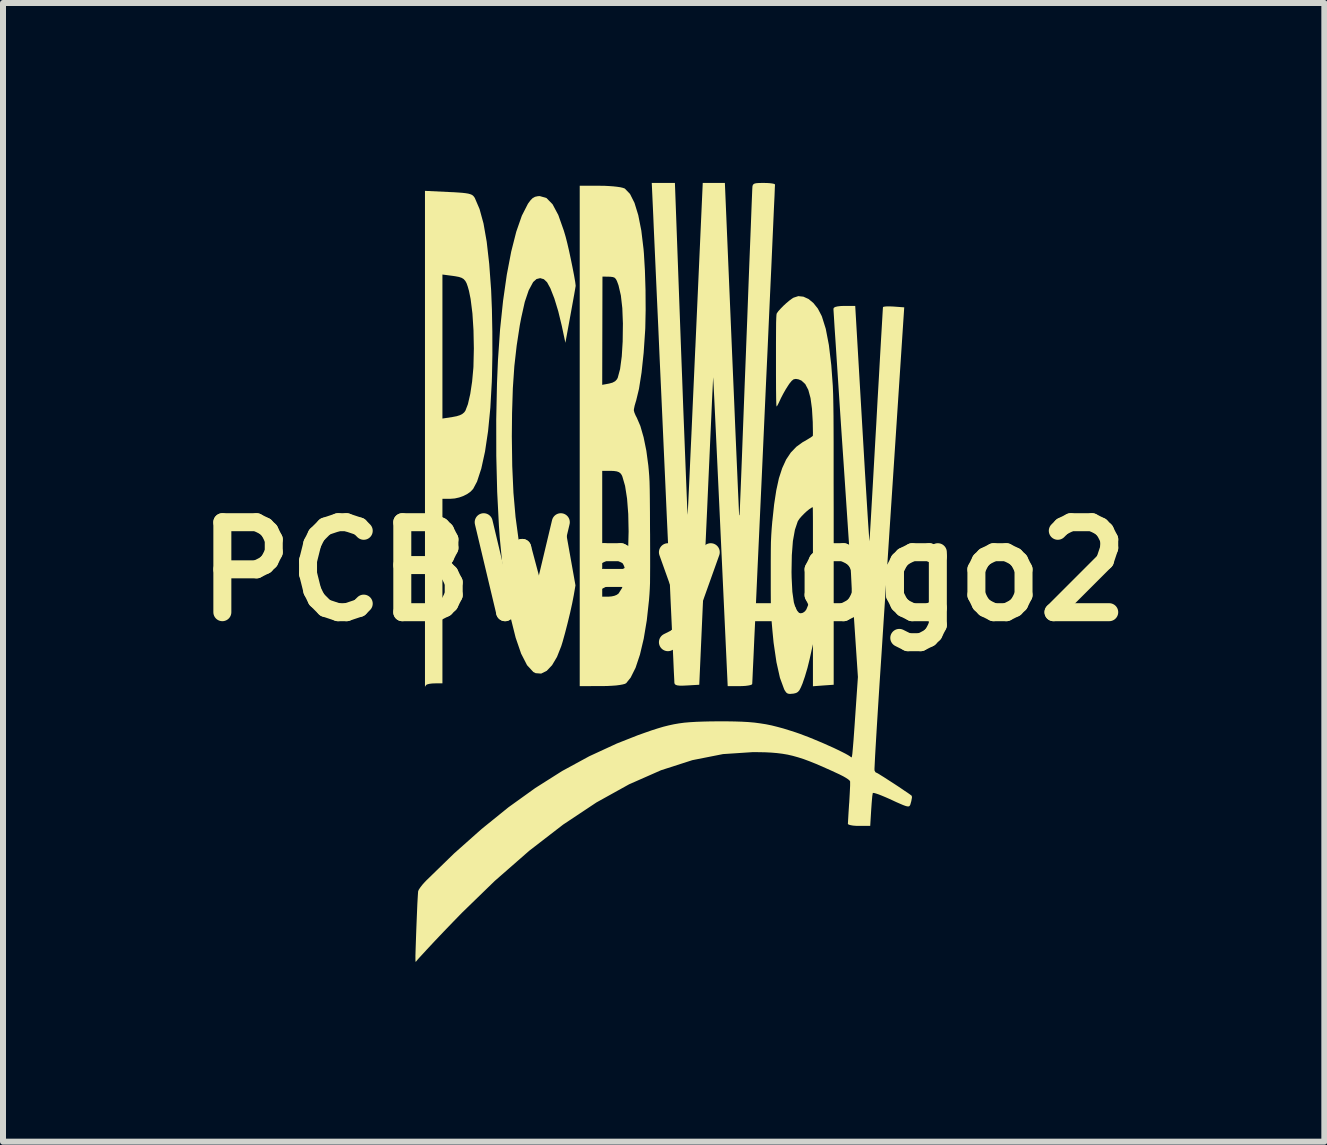
<source format=kicad_pcb>
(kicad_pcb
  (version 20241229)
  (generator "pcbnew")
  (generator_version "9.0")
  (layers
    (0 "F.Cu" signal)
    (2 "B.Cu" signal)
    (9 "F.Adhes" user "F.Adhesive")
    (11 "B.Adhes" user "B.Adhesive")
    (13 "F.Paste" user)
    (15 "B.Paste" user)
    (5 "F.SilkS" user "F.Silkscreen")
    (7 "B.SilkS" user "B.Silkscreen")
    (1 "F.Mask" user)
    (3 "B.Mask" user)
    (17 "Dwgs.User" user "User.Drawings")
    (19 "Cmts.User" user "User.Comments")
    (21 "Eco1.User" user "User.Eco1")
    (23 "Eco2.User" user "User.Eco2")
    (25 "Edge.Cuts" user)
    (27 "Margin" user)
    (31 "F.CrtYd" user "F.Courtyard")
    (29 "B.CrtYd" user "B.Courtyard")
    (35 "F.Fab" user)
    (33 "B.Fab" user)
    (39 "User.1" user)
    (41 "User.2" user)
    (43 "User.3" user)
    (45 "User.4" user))
  (footprint "PCBWayLogo2"
    (layer "F.Cu")
    (at 8.014 6.478)
    (property "Reference" "PCBWayLogo2" (at 0 0 0) (layer "F.SilkS") (effects (font (size 1.5 1.5) (thickness 0.3))))
    (attr board_only exclude_from_pos_files exclude_from_bom)
    (fp_poly (pts (xy -3.586 -6.327) (xy -3.493 -6.323) (xy -3.416 -6.318) (xy -3.352 -6.313) (xy -3.3 -6.307) (xy -3.258 -6.3) (xy -3.225 -6.291) (xy -3.2 -6.281) (xy -3.18 -6.268) (xy -3.165 -6.252) (xy -3.152 -6.234) (xy -3.147 -6.225) (xy -3.069 -6.043) (xy -3.003 -5.802) (xy -2.95 -5.499) (xy -2.908 -5.129) (xy -2.876 -4.693) (xy -2.863 -4.371) (xy -2.856 -3.999) (xy -2.855 -3.615) (xy -2.862 -3.255) (xy -2.865 -3.16) (xy -2.889 -2.73) (xy -2.927 -2.34) (xy -2.978 -1.999) (xy -3.04 -1.716) (xy -3.111 -1.499) (xy -3.176 -1.377) (xy -3.217 -1.333) (xy -3.271 -1.294) (xy -3.335 -1.261) (xy -3.406 -1.235) (xy -3.481 -1.218) (xy -3.557 -1.212) (xy -3.564 -1.212) (xy -3.688 -1.212) (xy -3.688 0.326) (xy -3.688 1.864) (xy -3.815 1.865) (xy -3.861 1.867) (xy -3.902 1.872) (xy -3.935 1.88) (xy -3.956 1.889) (xy -3.961 1.894) (xy -3.979 1.922) (xy -3.979 -2.212) (xy -3.979 -3.75) (xy -3.688 -3.75) (xy -3.688 -2.55) (xy -3.519 -2.576) (xy -3.451 -2.589) (xy -3.397 -2.606) (xy -3.356 -2.627) (xy -3.325 -2.653) (xy -3.305 -2.681) (xy -3.263 -2.79) (xy -3.224 -2.96) (xy -3.193 -3.166) (xy -3.173 -3.384) (xy -3.171 -3.411) (xy -3.164 -3.717) (xy -3.17 -4.022) (xy -3.188 -4.304) (xy -3.218 -4.543) (xy -3.245 -4.677) (xy -3.265 -4.748) (xy -3.284 -4.803) (xy -3.306 -4.844) (xy -3.334 -4.875) (xy -3.368 -4.896) (xy -3.413 -4.911) (xy -3.471 -4.922) (xy -3.511 -4.928) (xy -3.688 -4.951) (xy -3.688 -3.75) (xy -3.979 -3.75) (xy -3.979 -6.346)) (stroke (width 0) (type solid)) (fill yes) (layer "F.SilkS"))
    (fp_poly (pts (xy -1.954 -6.227) (xy -1.852 -6.123) (xy -1.756 -5.943) (xy -1.664 -5.683) (xy -1.633 -5.578) (xy -1.607 -5.476) (xy -1.577 -5.347) (xy -1.547 -5.206) (xy -1.518 -5.064) (xy -1.493 -4.935) (xy -1.475 -4.832) (xy -1.467 -4.769) (xy -1.467 -4.759) (xy -1.474 -4.718) (xy -1.49 -4.625) (xy -1.514 -4.492) (xy -1.543 -4.332) (xy -1.554 -4.272) (xy -1.638 -3.813) (xy -1.699 -4.1) (xy -1.757 -4.339) (xy -1.822 -4.552) (xy -1.889 -4.723) (xy -1.944 -4.823) (xy -1.997 -4.873) (xy -2.058 -4.891) (xy -2.119 -4.876) (xy -2.173 -4.828) (xy -2.177 -4.823) (xy -2.25 -4.687) (xy -2.315 -4.495) (xy -2.374 -4.231) (xy -2.398 -4.106) (xy -2.45 -3.767) (xy -2.489 -3.423) (xy -2.514 -3.055) (xy -2.527 -2.644) (xy -2.531 -2.253) (xy -2.524 -1.757) (xy -2.504 -1.312) (xy -2.469 -0.91) (xy -2.42 -0.544) (xy -2.406 -0.461) (xy -2.341 -0.156) (xy -2.268 0.074) (xy -2.189 0.229) (xy -2.106 0.308) (xy -2.022 0.31) (xy -1.937 0.233) (xy -1.855 0.079) (xy -1.778 -0.156) (xy -1.762 -0.217) (xy -1.731 -0.349) (xy -1.699 -0.497) (xy -1.684 -0.578) (xy -1.648 -0.767) (xy -1.559 -0.268) (xy -1.47 0.231) (xy -1.499 0.399) (xy -1.524 0.528) (xy -1.559 0.687) (xy -1.601 0.86) (xy -1.644 1.027) (xy -1.685 1.174) (xy -1.707 1.245) (xy -1.778 1.424) (xy -1.86 1.562) (xy -1.949 1.656) (xy -2.042 1.702) (xy -2.134 1.695) (xy -2.173 1.675) (xy -2.277 1.562) (xy -2.376 1.369) (xy -2.467 1.104) (xy -2.55 0.772) (xy -2.623 0.38) (xy -2.684 -0.066) (xy -2.732 -0.56) (xy -2.746 -0.76) (xy -2.775 -1.326) (xy -2.79 -1.925) (xy -2.791 -2.536) (xy -2.778 -3.142) (xy -2.762 -3.526) (xy -2.727 -4.035) (xy -2.677 -4.512) (xy -2.615 -4.947) (xy -2.541 -5.334) (xy -2.457 -5.665) (xy -2.364 -5.932) (xy -2.264 -6.128) (xy -2.257 -6.139) (xy -2.217 -6.192) (xy -2.182 -6.227) (xy -2.144 -6.247) (xy -2.098 -6.257) (xy -2.065 -6.259)) (stroke (width 0) (type solid)) (fill yes) (layer "F.SilkS"))
    (fp_poly (pts (xy -1.059 -6.431) (xy -0.982 -6.43) (xy -0.908 -6.426) (xy -0.838 -6.421) (xy -0.775 -6.414) (xy -0.721 -6.406) (xy -0.679 -6.396) (xy -0.651 -6.386) (xy -0.647 -6.384) (xy -0.561 -6.295) (xy -0.486 -6.146) (xy -0.423 -5.941) (xy -0.372 -5.683) (xy -0.335 -5.374) (xy -0.329 -5.303) (xy -0.312 -5.016) (xy -0.302 -4.689) (xy -0.3 -4.357) (xy -0.306 -4.06) (xy -0.308 -4.019) (xy -0.333 -3.648) (xy -0.368 -3.318) (xy -0.411 -3.045) (xy -0.459 -2.846) (xy -0.462 -2.838) (xy -0.483 -2.767) (xy -0.495 -2.708) (xy -0.497 -2.686) (xy -0.488 -2.651) (xy -0.468 -2.603) (xy -0.447 -2.563) (xy -0.388 -2.426) (xy -0.334 -2.238) (xy -0.288 -2.012) (xy -0.255 -1.764) (xy -0.247 -1.678) (xy -0.24 -1.59) (xy -0.235 -1.494) (xy -0.232 -1.372) (xy -0.23 -1.208) (xy -0.228 -0.986) (xy -0.227 -0.691) (xy -0.226 -0.62) (xy -0.225 -0.317) (xy -0.225 -0.091) (xy -0.226 0.074) (xy -0.227 0.196) (xy -0.231 0.291) (xy -0.236 0.375) (xy -0.243 0.465) (xy -0.244 0.476) (xy -0.281 0.815) (xy -0.332 1.12) (xy -0.395 1.386) (xy -0.468 1.605) (xy -0.55 1.769) (xy -0.624 1.861) (xy -0.646 1.873) (xy -0.683 1.883) (xy -0.733 1.892) (xy -0.794 1.9) (xy -0.866 1.905) (xy -0.946 1.909) (xy -1.033 1.91) (xy -1.039 1.91) (xy -1.399 1.911) (xy -1.399 -0.629) (xy -1.024 -0.629) (xy -1.024 0.419) (xy -0.913 0.419) (xy -0.867 0.415) (xy -0.821 0.405) (xy -0.782 0.389) (xy -0.754 0.369) (xy -0.753 0.369) (xy -0.694 0.276) (xy -0.648 0.133) (xy -0.615 -0.063) (xy -0.594 -0.317) (xy -0.592 -0.35) (xy -0.584 -0.666) (xy -0.59 -0.959) (xy -0.61 -1.217) (xy -0.643 -1.428) (xy -0.687 -1.58) (xy -0.698 -1.606) (xy -0.718 -1.635) (xy -0.745 -1.656) (xy -0.781 -1.669) (xy -0.829 -1.676) (xy -0.879 -1.678) (xy -1.024 -1.678) (xy -1.024 -0.629) (xy -1.399 -0.629) (xy -1.399 -2.26) (xy -1.399 -3.112) (xy -1.024 -3.112) (xy -0.91 -3.133) (xy -0.852 -3.149) (xy -0.809 -3.172) (xy -0.779 -3.204) (xy -0.765 -3.23) (xy -0.726 -3.376) (xy -0.698 -3.588) (xy -0.683 -3.833) (xy -0.679 -4.135) (xy -0.689 -4.391) (xy -0.713 -4.602) (xy -0.752 -4.77) (xy -0.762 -4.798) (xy -0.78 -4.846) (xy -0.798 -4.878) (xy -0.819 -4.899) (xy -0.847 -4.909) (xy -0.886 -4.914) (xy -0.911 -4.915) (xy -1.02 -4.917) (xy -1.022 -4.014) (xy -1.024 -3.112) (xy -1.399 -3.112) (xy -1.399 -6.432)) (stroke (width 0) (type solid)) (fill yes) (layer "F.SilkS"))
    (fp_poly (pts (xy 2.33 -4.582) (xy 2.416 -4.543) (xy 2.497 -4.476) (xy 2.571 -4.383) (xy 2.632 -4.266) (xy 2.639 -4.25) (xy 2.703 -4.046) (xy 2.755 -3.775) (xy 2.795 -3.441) (xy 2.82 -3.099) (xy 2.823 -3.029) (xy 2.826 -2.952) (xy 2.828 -2.858) (xy 2.83 -2.74) (xy 2.832 -2.588) (xy 2.833 -2.395) (xy 2.834 -2.151) (xy 2.834 -1.849) (xy 2.834 -1.48) (xy 2.835 -1.036) (xy 2.835 -0.507) (xy 2.835 -0.466) (xy 2.835 1.888) (xy 2.662 1.9) (xy 2.489 1.913) (xy 2.489 1.562) (xy 2.489 1.212) (xy 2.434 1.461) (xy 2.398 1.607) (xy 2.355 1.752) (xy 2.316 1.865) (xy 2.316 1.866) (xy 2.287 1.934) (xy 2.263 1.98) (xy 2.238 2.008) (xy 2.209 2.025) (xy 2.17 2.035) (xy 2.152 2.037) (xy 2.105 2.041) (xy 2.071 2.036) (xy 2.044 2.018) (xy 2.022 1.987) (xy 2.009 1.963) (xy 1.939 1.772) (xy 1.881 1.513) (xy 1.833 1.186) (xy 1.813 0.98) (xy 1.802 0.852) (xy 1.794 0.746) (xy 1.789 0.638) (xy 1.787 0.506) (xy 1.786 0.327) (xy 1.786 0.079) (xy 1.786 0.071) (xy 1.786 0.008) (xy 2.132 0.008) (xy 2.134 0.104) (xy 2.146 0.339) (xy 2.171 0.515) (xy 2.207 0.631) (xy 2.257 0.689) (xy 2.286 0.697) (xy 2.322 0.688) (xy 2.357 0.663) (xy 2.38 0.631) (xy 2.408 0.562) (xy 2.439 0.465) (xy 2.452 0.419) (xy 2.489 0.275) (xy 2.489 -0.398) (xy 2.489 -0.637) (xy 2.489 -0.838) (xy 2.488 -0.986) (xy 2.487 -1.064) (xy 2.487 -1.072) (xy 2.463 -1.063) (xy 2.428 -1.039) (xy 2.386 -1.005) (xy 2.342 -0.964) (xy 2.3 -0.921) (xy 2.264 -0.879) (xy 2.24 -0.843) (xy 2.236 -0.836) (xy 2.189 -0.697) (xy 2.155 -0.508) (xy 2.137 -0.272) (xy 2.132 0.008) (xy 1.786 0.008) (xy 1.786 -0.18) (xy 1.787 -0.361) (xy 1.789 -0.494) (xy 1.794 -0.603) (xy 1.801 -0.711) (xy 1.812 -0.841) (xy 1.813 -0.846) (xy 1.842 -1.119) (xy 1.878 -1.354) (xy 1.922 -1.555) (xy 1.977 -1.724) (xy 2.042 -1.866) (xy 2.12 -1.983) (xy 2.212 -2.079) (xy 2.318 -2.156) (xy 2.344 -2.17) (xy 2.39 -2.197) (xy 2.431 -2.222) (xy 2.462 -2.242) (xy 2.482 -2.257) (xy 2.488 -2.264) (xy 2.489 -2.315) (xy 2.487 -2.426) (xy 2.486 -2.491) (xy 2.473 -2.713) (xy 2.449 -2.891) (xy 2.412 -3.028) (xy 2.361 -3.125) (xy 2.296 -3.184) (xy 2.247 -3.204) (xy 2.203 -3.211) (xy 2.167 -3.204) (xy 2.134 -3.178) (xy 2.096 -3.131) (xy 2.078 -3.104) (xy 2.036 -3.038) (xy 1.993 -2.962) (xy 1.956 -2.891) (xy 1.945 -2.867) (xy 1.917 -2.807) (xy 1.895 -2.765) (xy 1.883 -2.75) (xy 1.879 -2.78) (xy 1.876 -2.875) (xy 1.874 -3.043) (xy 1.873 -3.291) (xy 1.873 -3.516) (xy 1.873 -3.801) (xy 1.874 -4.007) (xy 1.875 -4.147) (xy 1.878 -4.233) (xy 1.881 -4.281) (xy 1.886 -4.303) (xy 1.888 -4.306) (xy 1.913 -4.341) (xy 1.951 -4.383) (xy 1.997 -4.43) (xy 2.046 -4.475) (xy 2.096 -4.517) (xy 2.141 -4.55) (xy 2.165 -4.565) (xy 2.245 -4.591)) (stroke (width 0) (type solid)) (fill yes) (layer "F.SilkS"))
    (fp_poly (pts (xy 0.291 -3.682) (xy 0.31 -3.188) (xy 0.327 -2.724) (xy 0.344 -2.297) (xy 0.359 -1.915) (xy 0.372 -1.585) (xy 0.383 -1.316) (xy 0.391 -1.114) (xy 0.397 -0.987) (xy 0.4 -0.944) (xy 0.4 -0.944) (xy 0.403 -0.999) (xy 0.41 -1.136) (xy 0.42 -1.347) (xy 0.433 -1.625) (xy 0.448 -1.961) (xy 0.466 -2.347) (xy 0.485 -2.776) (xy 0.506 -3.24) (xy 0.528 -3.729) (xy 0.529 -3.74) (xy 0.652 -6.478) (xy 0.836 -6.478) (xy 1.021 -6.478) (xy 1.136 -3.763) (xy 1.157 -3.273) (xy 1.177 -2.808) (xy 1.195 -2.377) (xy 1.212 -1.988) (xy 1.227 -1.648) (xy 1.239 -1.367) (xy 1.249 -1.152) (xy 1.255 -1.012) (xy 1.258 -0.955) (xy 1.259 -0.931) (xy 1.26 -0.908) (xy 1.261 -0.894) (xy 1.262 -0.895) (xy 1.264 -0.917) (xy 1.267 -0.966) (xy 1.271 -1.049) (xy 1.276 -1.172) (xy 1.283 -1.342) (xy 1.292 -1.565) (xy 1.303 -1.847) (xy 1.316 -2.195) (xy 1.332 -2.614) (xy 1.351 -3.112) (xy 1.374 -3.695) (xy 1.374 -3.705) (xy 1.393 -4.186) (xy 1.41 -4.642) (xy 1.426 -5.063) (xy 1.441 -5.441) (xy 1.454 -5.768) (xy 1.464 -6.036) (xy 1.472 -6.236) (xy 1.477 -6.359) (xy 1.479 -6.397) (xy 1.481 -6.423) (xy 1.487 -6.443) (xy 1.499 -6.458) (xy 1.518 -6.468) (xy 1.546 -6.474) (xy 1.587 -6.477) (xy 1.64 -6.478) (xy 1.67 -6.478) (xy 1.724 -6.477) (xy 1.771 -6.474) (xy 1.81 -6.469) (xy 1.839 -6.463) (xy 1.854 -6.455) (xy 1.857 -6.451) (xy 1.854 -6.401) (xy 1.849 -6.269) (xy 1.839 -6.061) (xy 1.827 -5.787) (xy 1.812 -5.453) (xy 1.795 -5.068) (xy 1.775 -4.64) (xy 1.754 -4.175) (xy 1.732 -3.681) (xy 1.708 -3.167) (xy 1.684 -2.641) (xy 1.66 -2.109) (xy 1.636 -1.58) (xy 1.612 -1.061) (xy 1.589 -0.56) (xy 1.567 -0.085) (xy 1.547 0.357) (xy 1.529 0.757) (xy 1.512 1.108) (xy 1.499 1.403) (xy 1.488 1.633) (xy 1.481 1.791) (xy 1.477 1.869) (xy 1.476 1.876) (xy 1.467 1.886) (xy 1.444 1.894) (xy 1.409 1.901) (xy 1.364 1.907) (xy 1.311 1.91) (xy 1.27 1.911) (xy 1.068 1.911) (xy 0.948 -0.672) (xy 0.926 -1.145) (xy 0.905 -1.589) (xy 0.886 -1.997) (xy 0.869 -2.36) (xy 0.854 -2.672) (xy 0.842 -2.923) (xy 0.833 -3.105) (xy 0.827 -3.212) (xy 0.825 -3.238) (xy 0.823 -3.191) (xy 0.817 -3.061) (xy 0.807 -2.858) (xy 0.795 -2.588) (xy 0.78 -2.261) (xy 0.763 -1.883) (xy 0.744 -1.464) (xy 0.724 -1.012) (xy 0.708 -0.667) (xy 0.594 1.888) (xy 0.388 1.9) (xy 0.322 1.903) (xy 0.27 1.903) (xy 0.231 1.899) (xy 0.204 1.891) (xy 0.188 1.879) (xy 0.18 1.862) (xy 0.179 1.853) (xy 0.177 1.802) (xy 0.17 1.668) (xy 0.161 1.459) (xy 0.148 1.183) (xy 0.133 0.848) (xy 0.115 0.461) (xy 0.096 0.03) (xy 0.075 -0.437) (xy 0.052 -0.932) (xy 0.029 -1.448) (xy 0.005 -1.977) (xy -0.019 -2.511) (xy -0.043 -3.042) (xy -0.067 -3.562) (xy -0.089 -4.065) (xy -0.111 -4.542) (xy -0.131 -4.985) (xy -0.149 -5.386) (xy -0.165 -5.739) (xy -0.173 -5.931) (xy -0.198 -6.478) (xy -0.005 -6.478) (xy 0.188 -6.478)) (stroke (width 0) (type solid)) (fill yes) (layer "F.SilkS"))
    (fp_poly (pts (xy 3.31 -2.45) (xy 3.334 -2.042) (xy 3.356 -1.664) (xy 3.377 -1.324) (xy 3.395 -1.032) (xy 3.41 -0.795) (xy 3.422 -0.623) (xy 3.429 -0.525) (xy 3.431 -0.504) (xy 3.435 -0.554) (xy 3.443 -0.683) (xy 3.455 -0.884) (xy 3.47 -1.145) (xy 3.488 -1.458) (xy 3.508 -1.814) (xy 3.53 -2.203) (xy 3.545 -2.46) (xy 3.567 -2.865) (xy 3.589 -3.242) (xy 3.608 -3.582) (xy 3.625 -3.876) (xy 3.639 -4.114) (xy 3.649 -4.287) (xy 3.655 -4.387) (xy 3.657 -4.407) (xy 3.666 -4.413) (xy 3.689 -4.417) (xy 3.724 -4.42) (xy 3.768 -4.42) (xy 3.819 -4.418) (xy 3.836 -4.417) (xy 4.011 -4.404) (xy 3.758 -0.561) (xy 3.711 0.164) (xy 3.669 0.805) (xy 3.633 1.366) (xy 3.601 1.848) (xy 3.575 2.256) (xy 3.554 2.593) (xy 3.538 2.862) (xy 3.526 3.066) (xy 3.519 3.208) (xy 3.515 3.291) (xy 3.516 3.318) (xy 3.531 3.346) (xy 3.548 3.355) (xy 3.56 3.36) (xy 3.586 3.375) (xy 3.624 3.399) (xy 3.671 3.428) (xy 3.725 3.463) (xy 3.784 3.501) (xy 3.846 3.541) (xy 3.907 3.581) (xy 3.965 3.62) (xy 4.019 3.657) (xy 4.066 3.688) (xy 4.103 3.714) (xy 4.128 3.733) (xy 4.137 3.741) (xy 4.14 3.768) (xy 4.129 3.828) (xy 4.125 3.842) (xy 4.118 3.867) (xy 4.112 3.888) (xy 4.104 3.903) (xy 4.094 3.913) (xy 4.079 3.917) (xy 4.058 3.915) (xy 4.029 3.907) (xy 3.991 3.893) (xy 3.942 3.872) (xy 3.88 3.845) (xy 3.805 3.81) (xy 3.766 3.792) (xy 3.7 3.763) (xy 3.64 3.738) (xy 3.587 3.717) (xy 3.543 3.702) (xy 3.51 3.693) (xy 3.491 3.691) (xy 3.487 3.693) (xy 3.478 3.747) (xy 3.468 3.863) (xy 3.46 3.979) (xy 3.444 4.241) (xy 3.258 4.241) (xy 3.204 4.24) (xy 3.157 4.236) (xy 3.118 4.229) (xy 3.089 4.221) (xy 3.074 4.212) (xy 3.072 4.207) (xy 3.075 4.15) (xy 3.082 4.03) (xy 3.092 3.873) (xy 3.094 3.854) (xy 3.103 3.694) (xy 3.109 3.568) (xy 3.109 3.501) (xy 3.108 3.498) (xy 3.098 3.483) (xy 3.074 3.463) (xy 3.039 3.44) (xy 2.994 3.414) (xy 2.944 3.389) (xy 2.935 3.384) (xy 2.79 3.317) (xy 2.66 3.259) (xy 2.542 3.208) (xy 2.435 3.165) (xy 2.336 3.128) (xy 2.242 3.098) (xy 2.153 3.073) (xy 2.066 3.053) (xy 1.978 3.038) (xy 1.888 3.027) (xy 1.793 3.019) (xy 1.692 3.014) (xy 1.582 3.012) (xy 1.49 3.011) (xy 0.99 3.044) (xy 0.479 3.145) (xy -0.043 3.313) (xy -0.576 3.548) (xy -1.12 3.85) (xy -1.675 4.219) (xy -2.24 4.655) (xy -2.815 5.158) (xy -3.363 5.69) (xy -3.431 5.76) (xy -3.504 5.835) (xy -3.581 5.915) (xy -3.659 5.996) (xy -3.737 6.078) (xy -3.813 6.158) (xy -3.885 6.235) (xy -3.951 6.306) (xy -4.009 6.369) (xy -4.059 6.423) (xy -4.097 6.465) (xy -4.121 6.494) (xy -4.13 6.506) (xy -4.136 6.506) (xy -4.138 6.476) (xy -4.138 6.401) (xy -4.134 6.269) (xy -4.127 6.065) (xy -4.123 5.955) (xy -4.114 5.732) (xy -4.106 5.541) (xy -4.098 5.401) (xy -4.093 5.332) (xy -4.093 5.331) (xy -4.082 5.305) (xy -4.057 5.267) (xy -4.023 5.223) (xy -3.981 5.176) (xy -3.959 5.153) (xy -3.492 4.699) (xy -3.035 4.293) (xy -2.586 3.93) (xy -2.139 3.609) (xy -1.692 3.326) (xy -1.24 3.08) (xy -0.781 2.868) (xy -0.429 2.729) (xy -0.308 2.686) (xy -0.199 2.648) (xy -0.099 2.616) (xy -0.005 2.588) (xy 0.083 2.566) (xy 0.17 2.547) (xy 0.257 2.532) (xy 0.347 2.52) (xy 0.442 2.512) (xy 0.544 2.506) (xy 0.656 2.502) (xy 0.78 2.499) (xy 0.907 2.498) (xy 1.053 2.498) (xy 1.184 2.5) (xy 1.304 2.504) (xy 1.413 2.51) (xy 1.515 2.519) (xy 1.612 2.532) (xy 1.707 2.547) (xy 1.8 2.566) (xy 1.896 2.59) (xy 1.996 2.617) (xy 2.102 2.65) (xy 2.202 2.682) (xy 2.268 2.705) (xy 2.342 2.733) (xy 2.421 2.763) (xy 2.504 2.797) (xy 2.588 2.832) (xy 2.673 2.868) (xy 2.755 2.905) (xy 2.834 2.94) (xy 2.907 2.975) (xy 2.972 3.007) (xy 3.029 3.036) (xy 3.074 3.061) (xy 3.106 3.081) (xy 3.124 3.095) (xy 3.124 3.095) (xy 3.132 3.1) (xy 3.139 3.086) (xy 3.146 3.04) (xy 3.154 2.952) (xy 3.166 2.809) (xy 3.181 2.6) (xy 3.196 2.383) (xy 3.239 1.759) (xy 3.035 -1.288) (xy 3.001 -1.796) (xy 2.968 -2.279) (xy 2.938 -2.73) (xy 2.911 -3.141) (xy 2.887 -3.506) (xy 2.867 -3.816) (xy 2.85 -4.066) (xy 2.839 -4.248) (xy 2.832 -4.355) (xy 2.831 -4.381) (xy 2.839 -4.398) (xy 2.863 -4.411) (xy 2.901 -4.42) (xy 2.954 -4.426) (xy 3.012 -4.428) (xy 3.194 -4.428)) (stroke (width 0) (type solid)) (fill yes) (layer "F.SilkS")))
  (gr_rect
    (start -3 -3)
    (end 19.029 15.984)
    (stroke (width 0.1) (type default))
    (fill no)
    (layer "Edge.Cuts")))
</source>
